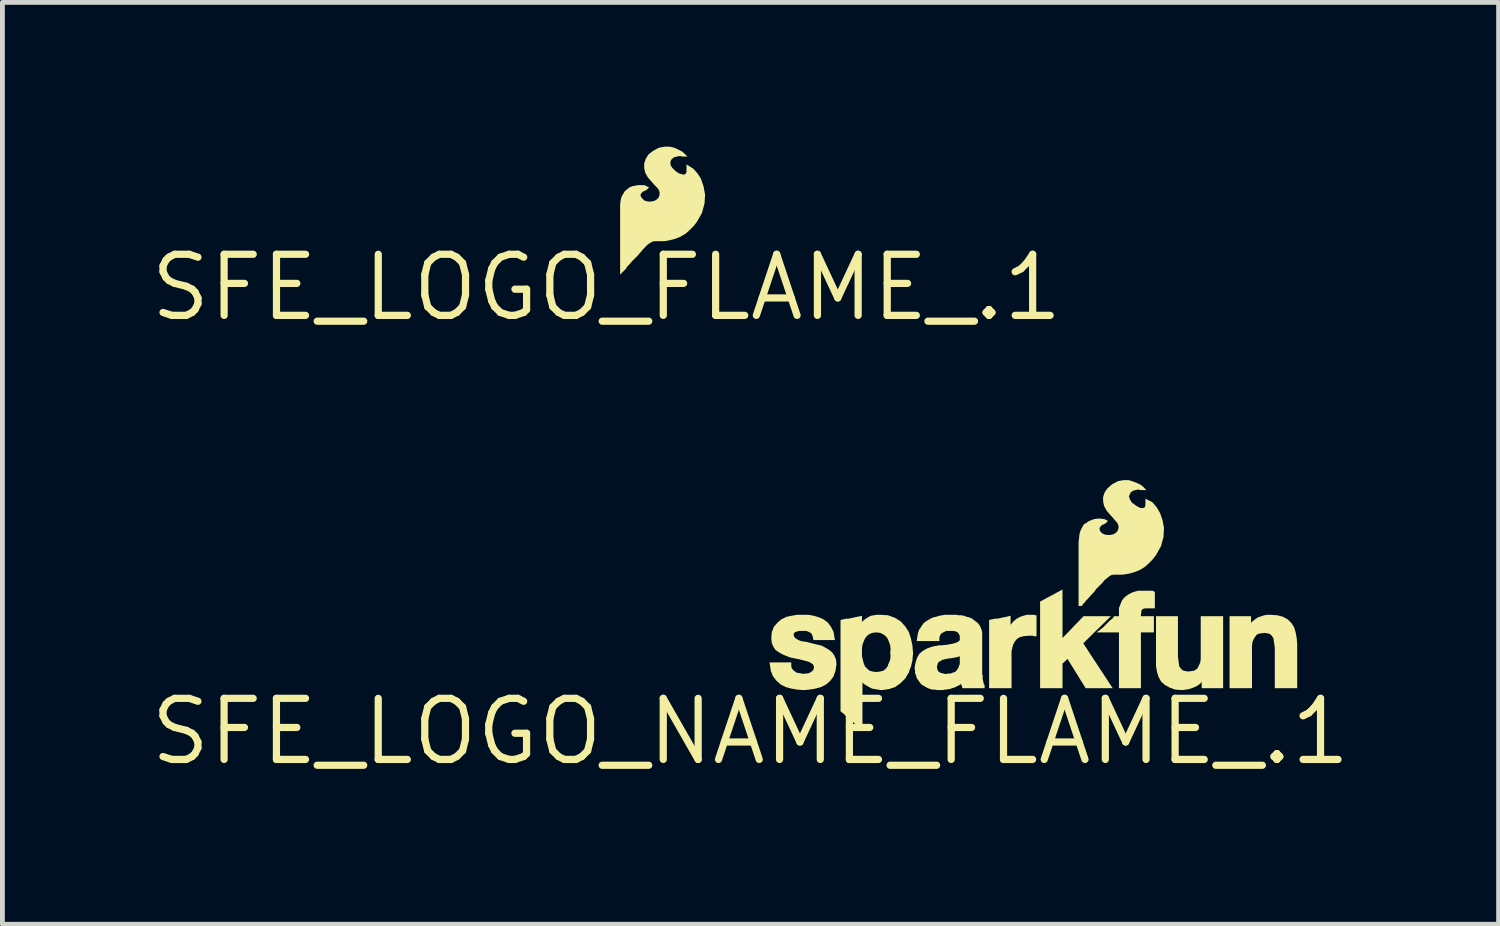
<source format=kicad_pcb>
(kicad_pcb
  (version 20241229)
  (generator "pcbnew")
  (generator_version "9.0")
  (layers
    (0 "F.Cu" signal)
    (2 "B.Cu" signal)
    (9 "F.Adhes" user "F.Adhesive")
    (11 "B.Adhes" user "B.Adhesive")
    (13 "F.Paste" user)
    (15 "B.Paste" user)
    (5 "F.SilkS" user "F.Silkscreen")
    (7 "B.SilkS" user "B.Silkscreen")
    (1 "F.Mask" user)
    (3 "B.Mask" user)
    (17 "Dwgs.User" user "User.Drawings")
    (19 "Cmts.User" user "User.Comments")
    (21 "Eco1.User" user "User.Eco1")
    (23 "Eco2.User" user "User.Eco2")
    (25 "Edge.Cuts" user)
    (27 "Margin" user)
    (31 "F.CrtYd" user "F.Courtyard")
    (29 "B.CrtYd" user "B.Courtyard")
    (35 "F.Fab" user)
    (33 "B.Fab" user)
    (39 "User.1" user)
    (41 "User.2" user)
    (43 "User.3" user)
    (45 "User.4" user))
  (footprint "SFE_LOGO_NAME_FLAME_.1"
    (layer "F.Cu")
    (at 12.556 12.162)
    (property "Reference" "SFE_LOGO_NAME_FLAME_.1" (at 0 0 0) (unlocked yes) (layer "F.SilkS") (effects (font (size 1.27 1.27) (thickness 0.15))))
    (fp_poly (pts (xy 3.381 -1.667) (xy 3.368 -1.484) (xy 3.336 -1.348) (xy 3.27 -1.189) (xy 2.862 -1.38) (xy 2.903 -1.489) (xy 2.912 -1.562) (xy 2.912 -1.679)) (stroke (width 0) (type default)) (fill yes) (layer "F.SilkS"))
    (fp_poly (pts (xy 6.488 -1.945) (xy 6.924 -2.398) (xy 7.493 -2.398) (xy 6.919 -1.835) (xy 7.531 -0.902) (xy 6.969 -0.902) (xy 6.592 -1.51) (xy 6.488 -1.413) (xy 6.488 -0.902) (xy 6.022 -0.902) (xy 6.022 -2.703) (xy 6.488 -2.954)) (stroke (width 0) (type default)) (fill yes) (layer "F.SilkS"))
    (fp_poly (pts (xy 4.274 -1.56) (xy 4.219 -1.532) (xy 4.196 -1.532) (xy 4.166 -1.522) (xy 4.126 -1.522) (xy 4.096 -1.512) (xy 4.059 -1.512) (xy 4.039 -1.502) (xy 3.984 -1.502) (xy 3.877 -1.782) (xy 4.016 -1.798) (xy 4.105 -1.808) (xy 4.209 -1.823)) (stroke (width 0) (type default)) (fill yes) (layer "F.SilkS"))
    (fp_poly (pts (xy 5.916 -2.418) (xy 5.948 -2.418) (xy 5.948 -1.982) (xy 5.891 -1.982) (xy 5.871 -1.992) (xy 5.772 -1.992) (xy 5.677 -1.982) (xy 5.604 -1.964) (xy 5.545 -1.93) (xy 5.501 -1.878) (xy 5.465 -1.815) (xy 5.447 -1.751) (xy 5.428 -1.666) (xy 5.428 -0.902) (xy 4.962 -0.902) (xy 4.962 -2.321) (xy 5.042 -2.337) (xy 5.085 -2.348) (xy 5.136 -2.348) (xy 5.182 -2.357) (xy 5.222 -2.367) (xy 5.273 -2.377) (xy 5.322 -2.387) (xy 5.408 -2.409) (xy 5.408 -2.219) (xy 5.42 -2.234) (xy 5.473 -2.297) (xy 5.529 -2.342) (xy 5.604 -2.385) (xy 5.669 -2.406) (xy 5.745 -2.428) (xy 5.906 -2.428)) (stroke (width 0) (type default)) (fill yes) (layer "F.SilkS"))
    (fp_poly (pts (xy 8.408 -2.904) (xy 8.408 -2.562) (xy 8.205 -2.562) (xy 8.173 -2.554) (xy 8.157 -2.546) (xy 8.146 -2.54) (xy 8.133 -2.521) (xy 8.128 -2.511) (xy 8.128 -2.475) (xy 8.118 -2.435) (xy 8.118 -2.398) (xy 8.388 -2.398) (xy 8.388 -2.062) (xy 8.118 -2.062) (xy 8.118 -0.902) (xy 7.662 -0.902) (xy 7.662 -2.062) (xy 7.196 -2.062) (xy 7.325 -2.159) (xy 7.453 -2.287) (xy 7.485 -2.319) (xy 7.523 -2.347) (xy 7.561 -2.398) (xy 7.662 -2.398) (xy 7.662 -2.567) (xy 7.695 -2.654) (xy 7.727 -2.73) (xy 7.784 -2.798) (xy 7.86 -2.853) (xy 7.946 -2.896) (xy 8.054 -2.928) (xy 8.359 -2.928)) (stroke (width 0) (type default)) (fill yes) (layer "F.SilkS"))
    (fp_poly (pts (xy 8.888 -1.562) (xy 8.908 -1.406) (xy 8.916 -1.355) (xy 8.94 -1.323) (xy 8.966 -1.289) (xy 9.004 -1.266) (xy 9.047 -1.257) (xy 9.101 -1.248) (xy 9.174 -1.258) (xy 9.227 -1.266) (xy 9.266 -1.29) (xy 9.299 -1.323) (xy 9.325 -1.376) (xy 9.353 -1.44) (xy 9.362 -1.512) (xy 9.362 -2.398) (xy 9.828 -2.398) (xy 9.828 -0.902) (xy 9.382 -0.902) (xy 9.382 -1.034) (xy 9.357 -1.003) (xy 9.301 -0.958) (xy 9.236 -0.925) (xy 9.183 -0.904) (xy 9.119 -0.883) (xy 9.046 -0.872) (xy 8.982 -0.862) (xy 8.832 -0.872) (xy 8.714 -0.915) (xy 8.618 -0.969) (xy 8.54 -1.036) (xy 8.485 -1.135) (xy 8.453 -1.241) (xy 8.432 -1.357) (xy 8.432 -2.398) (xy 8.888 -2.398)) (stroke (width 0) (type default)) (fill yes) (layer "F.SilkS"))
    (fp_poly (pts (xy 10.956 -2.418) (xy 11.074 -2.386) (xy 11.173 -2.331) (xy 11.25 -2.254) (xy 11.305 -2.166) (xy 11.337 -2.059) (xy 11.358 -1.945) (xy 11.368 -1.811) (xy 11.368 -0.902) (xy 10.902 -0.902) (xy 10.902 -1.738) (xy 10.892 -1.815) (xy 10.882 -1.884) (xy 10.874 -1.937) (xy 10.848 -1.979) (xy 10.824 -2.011) (xy 10.786 -2.034) (xy 10.743 -2.043) (xy 10.689 -2.052) (xy 10.616 -2.042) (xy 10.563 -2.034) (xy 10.525 -2.011) (xy 10.491 -1.968) (xy 10.464 -1.923) (xy 10.437 -1.86) (xy 10.428 -1.778) (xy 10.428 -0.902) (xy 9.962 -0.902) (xy 9.962 -2.398) (xy 10.408 -2.398) (xy 10.408 -2.262) (xy 10.435 -2.288) (xy 10.487 -2.331) (xy 10.553 -2.375) (xy 10.618 -2.396) (xy 10.681 -2.417) (xy 10.747 -2.428) (xy 10.811 -2.428)) (stroke (width 0) (type default)) (fill yes) (layer "F.SilkS"))
    (fp_poly (pts (xy 2.858 -2.418) (xy 3.007 -2.364) (xy 3.125 -2.289) (xy 3.22 -2.183) (xy 3.295 -2.066) (xy 3.337 -1.93) (xy 3.368 -1.785) (xy 3.381 -1.591) (xy 2.912 -1.603) (xy 2.912 -1.728) (xy 2.903 -1.801) (xy 2.875 -1.876) (xy 2.847 -1.94) (xy 2.804 -1.991) (xy 2.752 -2.026) (xy 2.69 -2.053) (xy 2.61 -2.062) (xy 2.539 -2.053) (xy 2.469 -2.026) (xy 2.427 -1.993) (xy 2.383 -1.94) (xy 2.355 -1.876) (xy 2.327 -1.801) (xy 2.318 -1.728) (xy 2.318 -1.565) (xy 2.356 -1.412) (xy 2.382 -1.352) (xy 2.426 -1.308) (xy 2.478 -1.264) (xy 2.537 -1.248) (xy 2.62 -1.238) (xy 2.693 -1.248) (xy 2.762 -1.265) (xy 2.813 -1.307) (xy 2.847 -1.35) (xy 2.891 -1.451) (xy 3.303 -1.257) (xy 3.221 -1.107) (xy 3.125 -1.011) (xy 3.008 -0.926) (xy 2.879 -0.883) (xy 2.719 -0.861) (xy 2.654 -0.872) (xy 2.594 -0.882) (xy 2.528 -0.893) (xy 2.462 -0.927) (xy 2.41 -0.957) (xy 2.355 -0.991) (xy 2.328 -1.024) (xy 2.328 -0.008) (xy 2.175 -0.162) (xy 2.076 -0.24) (xy 2.025 -0.282) (xy 1.973 -0.333) (xy 1.935 -0.372) (xy 1.872 -0.422) (xy 1.872 -2.32) (xy 1.942 -2.337) (xy 1.996 -2.348) (xy 2.045 -2.348) (xy 2.082 -2.357) (xy 2.132 -2.367) (xy 2.172 -2.377) (xy 2.223 -2.387) (xy 2.318 -2.406) (xy 2.318 -2.282) (xy 2.335 -2.298) (xy 2.388 -2.341) (xy 2.44 -2.373) (xy 2.497 -2.406) (xy 2.564 -2.418) (xy 2.627 -2.428) (xy 2.701 -2.428)) (stroke (width 0) (type default)) (fill yes) (layer "F.SilkS"))
    (fp_poly (pts (xy 1.319 -2.407) (xy 1.423 -2.376) (xy 1.519 -2.333) (xy 1.607 -2.267) (xy 1.673 -2.18) (xy 1.727 -2.072) (xy 1.755 -1.902) (xy 1.309 -1.902) (xy 1.293 -1.979) (xy 1.276 -2.022) (xy 1.263 -2.043) (xy 1.241 -2.057) (xy 1.204 -2.075) (xy 1.163 -2.092) (xy 1.006 -2.092) (xy 0.981 -2.083) (xy 0.941 -2.073) (xy 0.924 -2.068) (xy 0.912 -2.049) (xy 0.898 -2.028) (xy 0.898 -2.005) (xy 0.905 -1.977) (xy 0.927 -1.947) (xy 0.96 -1.923) (xy 1.015 -1.895) (xy 1.068 -1.877) (xy 1.147 -1.868) (xy 1.309 -1.827) (xy 1.389 -1.807) (xy 1.484 -1.786) (xy 1.559 -1.743) (xy 1.632 -1.701) (xy 1.699 -1.646) (xy 1.744 -1.578) (xy 1.777 -1.5) (xy 1.788 -1.399) (xy 1.767 -1.261) (xy 1.724 -1.142) (xy 1.658 -1.054) (xy 1.571 -0.978) (xy 1.464 -0.924) (xy 1.348 -0.893) (xy 1.225 -0.872) (xy 1.1 -0.862) (xy 0.975 -0.872) (xy 0.852 -0.893) (xy 0.736 -0.924) (xy 0.629 -0.978) (xy 0.542 -1.054) (xy 0.467 -1.151) (xy 0.423 -1.26) (xy 0.396 -1.438) (xy 0.848 -1.438) (xy 0.848 -1.347) (xy 0.864 -1.309) (xy 0.887 -1.277) (xy 0.923 -1.25) (xy 0.955 -1.226) (xy 1.007 -1.217) (xy 1.057 -1.207) (xy 1.108 -1.199) (xy 1.145 -1.208) (xy 1.185 -1.208) (xy 1.217 -1.216) (xy 1.25 -1.233) (xy 1.285 -1.259) (xy 1.306 -1.279) (xy 1.313 -1.309) (xy 1.321 -1.34) (xy 1.314 -1.367) (xy 1.3 -1.395) (xy 1.269 -1.418) (xy 1.224 -1.445) (xy 1.169 -1.463) (xy 1.091 -1.483) (xy 1.012 -1.503) (xy 0.912 -1.523) (xy 0.819 -1.543) (xy 0.736 -1.575) (xy 0.663 -1.606) (xy 0.59 -1.648) (xy 0.523 -1.693) (xy 0.476 -1.762) (xy 0.443 -1.84) (xy 0.432 -1.939) (xy 0.443 -2.069) (xy 0.487 -2.18) (xy 0.563 -2.267) (xy 0.639 -2.332) (xy 0.748 -2.386) (xy 0.853 -2.407) (xy 0.967 -2.428) (xy 1.203 -2.428)) (stroke (width 0) (type default)) (fill yes) (layer "F.SilkS"))
    (fp_poly (pts (xy 7.963 -5.196) (xy 8.045 -5.165) (xy 8.11 -5.133) (xy 8.155 -5.099) (xy 8.232 -5.022) (xy 8.104 -5.022) (xy 8.074 -5.032) (xy 8.055 -5.032) (xy 8.018 -5.023) (xy 7.972 -5.014) (xy 7.94 -4.997) (xy 7.908 -4.973) (xy 7.895 -4.953) (xy 7.885 -4.925) (xy 7.875 -4.905) (xy 7.87 -4.89) (xy 7.877 -4.871) (xy 7.885 -4.836) (xy 7.903 -4.809) (xy 7.921 -4.773) (xy 7.944 -4.75) (xy 7.972 -4.731) (xy 8.012 -4.701) (xy 8.039 -4.683) (xy 8.109 -4.648) (xy 8.164 -4.648) (xy 8.183 -4.655) (xy 8.198 -4.664) (xy 8.204 -4.682) (xy 8.212 -4.706) (xy 8.212 -4.842) (xy 8.354 -4.771) (xy 8.441 -4.672) (xy 8.515 -4.546) (xy 8.567 -4.4) (xy 8.598 -4.232) (xy 8.588 -4.044) (xy 8.536 -3.855) (xy 8.432 -3.669) (xy 8.359 -3.575) (xy 8.276 -3.492) (xy 8.193 -3.419) (xy 8.087 -3.356) (xy 7.982 -3.314) (xy 7.868 -3.283) (xy 7.743 -3.262) (xy 7.553 -3.262) (xy 7.503 -3.254) (xy 7.462 -3.229) (xy 7.414 -3.19) (xy 7.367 -3.153) (xy 7.318 -3.094) (xy 7.189 -2.965) (xy 7.139 -2.895) (xy 7.078 -2.834) (xy 7.028 -2.774) (xy 6.979 -2.725) (xy 6.949 -2.685) (xy 6.92 -2.656) (xy 6.89 -2.612) (xy 6.822 -2.612) (xy 6.822 -3.932) (xy 6.832 -4.024) (xy 6.843 -4.118) (xy 6.865 -4.185) (xy 6.897 -4.248) (xy 6.932 -4.308) (xy 6.989 -4.342) (xy 7.031 -4.374) (xy 7.086 -4.395) (xy 7.14 -4.417) (xy 7.207 -4.428) (xy 7.295 -4.428) (xy 7.335 -4.418) (xy 7.359 -4.418) (xy 7.434 -4.38) (xy 7.383 -4.329) (xy 7.335 -4.305) (xy 7.311 -4.297) (xy 7.28 -4.266) (xy 7.265 -4.243) (xy 7.258 -4.224) (xy 7.258 -4.206) (xy 7.265 -4.185) (xy 7.281 -4.153) (xy 7.304 -4.13) (xy 7.328 -4.114) (xy 7.371 -4.097) (xy 7.414 -4.088) (xy 7.485 -4.088) (xy 7.554 -4.105) (xy 7.604 -4.138) (xy 7.636 -4.178) (xy 7.652 -4.226) (xy 7.652 -4.282) (xy 7.627 -4.339) (xy 7.561 -4.415) (xy 7.481 -4.505) (xy 7.409 -4.588) (xy 7.354 -4.686) (xy 7.332 -4.786) (xy 7.332 -4.876) (xy 7.366 -4.977) (xy 7.421 -5.056) (xy 7.518 -5.141) (xy 7.637 -5.206) (xy 7.757 -5.228) (xy 7.866 -5.228)) (stroke (width 0) (type default)) (fill yes) (layer "F.SilkS"))
    (fp_poly (pts (xy 4.324 -2.418) (xy 4.384 -2.418) (xy 4.441 -2.407) (xy 4.491 -2.387) (xy 4.541 -2.377) (xy 4.599 -2.354) (xy 4.643 -2.32) (xy 4.683 -2.29) (xy 4.727 -2.257) (xy 4.763 -2.21) (xy 4.785 -2.166) (xy 4.807 -2.111) (xy 4.818 -2.054) (xy 4.818 -1.189) (xy 4.828 -1.169) (xy 4.828 -1.079) (xy 4.838 -1.059) (xy 4.838 -1.039) (xy 4.848 -1.019) (xy 4.848 -0.989) (xy 4.851 -0.983) (xy 4.868 -0.966) (xy 4.868 -0.902) (xy 4.402 -0.902) (xy 4.402 -0.934) (xy 4.392 -0.944) (xy 4.392 -0.954) (xy 4.382 -0.964) (xy 4.382 -0.994) (xy 4.38 -0.996) (xy 4.364 -0.98) (xy 4.327 -0.955) (xy 4.297 -0.945) (xy 4.267 -0.925) (xy 4.232 -0.914) (xy 4.136 -0.882) (xy 4.106 -0.882) (xy 4.076 -0.872) (xy 4.036 -0.872) (xy 4.006 -0.862) (xy 3.886 -0.862) (xy 3.836 -0.872) (xy 3.785 -0.872) (xy 3.738 -0.884) (xy 3.684 -0.905) (xy 3.641 -0.927) (xy 3.611 -0.947) (xy 3.567 -0.969) (xy 3.53 -1.006) (xy 3.509 -1.038) (xy 3.479 -1.078) (xy 3.454 -1.115) (xy 3.444 -1.168) (xy 3.422 -1.211) (xy 3.422 -1.266) (xy 3.411 -1.32) (xy 3.433 -1.439) (xy 3.465 -1.536) (xy 3.51 -1.615) (xy 3.588 -1.681) (xy 3.664 -1.725) (xy 3.749 -1.756) (xy 3.833 -1.778) (xy 3.955 -1.791) (xy 4.06 -1.516) (xy 3.995 -1.495) (xy 3.983 -1.489) (xy 3.973 -1.479) (xy 3.933 -1.459) (xy 3.923 -1.449) (xy 3.908 -1.442) (xy 3.888 -1.401) (xy 3.888 -1.381) (xy 3.878 -1.361) (xy 3.878 -1.326) (xy 3.888 -1.296) (xy 3.888 -1.279) (xy 3.891 -1.273) (xy 3.901 -1.263) (xy 3.908 -1.248) (xy 3.923 -1.241) (xy 3.933 -1.231) (xy 3.959 -1.218) (xy 3.979 -1.218) (xy 3.999 -1.208) (xy 4.019 -1.208) (xy 4.039 -1.198) (xy 4.076 -1.198) (xy 4.126 -1.208) (xy 4.171 -1.208) (xy 4.207 -1.226) (xy 4.244 -1.235) (xy 4.266 -1.25) (xy 4.28 -1.264) (xy 4.3 -1.294) (xy 4.317 -1.311) (xy 4.324 -1.332) (xy 4.335 -1.365) (xy 4.345 -1.385) (xy 4.352 -1.406) (xy 4.352 -1.568) (xy 4.347 -1.566) (xy 4.319 -1.552) (xy 4.299 -1.552) (xy 4.279 -1.542) (xy 4.2 -1.542) (xy 4.134 -1.807) (xy 4.239 -1.836) (xy 4.294 -1.855) (xy 4.334 -1.879) (xy 4.352 -1.903) (xy 4.352 -1.991) (xy 4.329 -2.037) (xy 4.319 -2.047) (xy 4.312 -2.062) (xy 4.303 -2.066) (xy 4.271 -2.082) (xy 4.251 -2.082) (xy 4.231 -2.092) (xy 4.069 -2.092) (xy 3.983 -2.049) (xy 3.951 -2.017) (xy 3.945 -2.005) (xy 3.935 -1.975) (xy 3.928 -1.961) (xy 3.928 -1.882) (xy 3.455 -1.882) (xy 3.472 -1.986) (xy 3.483 -2.049) (xy 3.506 -2.118) (xy 3.538 -2.161) (xy 3.568 -2.211) (xy 3.603 -2.257) (xy 3.649 -2.292) (xy 3.7 -2.323) (xy 3.753 -2.354) (xy 3.809 -2.377) (xy 3.86 -2.387) (xy 3.921 -2.407) (xy 3.983 -2.417) (xy 4.036 -2.428) (xy 4.274 -2.428)) (stroke (width 0) (type default)) (fill yes) (layer "F.SilkS")))
  (footprint "SFE_LOGO_FLAME_.1"
    (layer "F.Cu")
    (at 9.563 2.928)
    (property "Reference" "SFE_LOGO_FLAME_.1" (at 0 0 0) (unlocked yes) (layer "F.SilkS") (effects (font (size 1.27 1.27) (thickness 0.15))))
    (fp_poly (pts (xy 1.413 -2.906) (xy 1.56 -2.833) (xy 1.605 -2.799) (xy 1.682 -2.722) (xy 1.571 -2.722) (xy 1.551 -2.732) (xy 1.505 -2.732) (xy 1.468 -2.723) (xy 1.422 -2.714) (xy 1.39 -2.697) (xy 1.358 -2.673) (xy 1.343 -2.651) (xy 1.335 -2.635) (xy 1.328 -2.614) (xy 1.328 -2.565) (xy 1.335 -2.536) (xy 1.37 -2.484) (xy 1.425 -2.429) (xy 1.462 -2.401) (xy 1.489 -2.383) (xy 1.523 -2.366) (xy 1.595 -2.348) (xy 1.614 -2.348) (xy 1.629 -2.353) (xy 1.649 -2.373) (xy 1.655 -2.385) (xy 1.662 -2.406) (xy 1.662 -2.559) (xy 1.805 -2.469) (xy 1.891 -2.373) (xy 1.965 -2.256) (xy 2.017 -2.1) (xy 2.048 -1.932) (xy 2.038 -1.754) (xy 1.986 -1.556) (xy 1.882 -1.369) (xy 1.809 -1.275) (xy 1.726 -1.192) (xy 1.643 -1.119) (xy 1.537 -1.056) (xy 1.432 -1.014) (xy 1.318 -0.983) (xy 1.193 -0.962) (xy 1.003 -0.962) (xy 0.953 -0.954) (xy 0.864 -0.9) (xy 0.768 -0.804) (xy 0.648 -0.664) (xy 0.528 -0.544) (xy 0.478 -0.484) (xy 0.43 -0.436) (xy 0.4 -0.386) (xy 0.282 -0.268) (xy 0.282 -1.732) (xy 0.293 -1.818) (xy 0.315 -1.895) (xy 0.381 -2.005) (xy 0.437 -2.05) (xy 0.481 -2.084) (xy 0.539 -2.107) (xy 0.593 -2.117) (xy 0.657 -2.128) (xy 0.789 -2.128) (xy 0.884 -2.08) (xy 0.833 -2.029) (xy 0.785 -2.005) (xy 0.761 -1.997) (xy 0.713 -1.949) (xy 0.708 -1.934) (xy 0.708 -1.906) (xy 0.715 -1.887) (xy 0.73 -1.864) (xy 0.781 -1.812) (xy 0.821 -1.797) (xy 0.864 -1.788) (xy 0.935 -1.788) (xy 1.004 -1.805) (xy 1.054 -1.838) (xy 1.086 -1.878) (xy 1.102 -1.926) (xy 1.102 -1.983) (xy 1.077 -2.049) (xy 1.012 -2.114) (xy 0.931 -2.205) (xy 0.859 -2.288) (xy 0.804 -2.386) (xy 0.782 -2.486) (xy 0.782 -2.576) (xy 0.815 -2.676) (xy 0.871 -2.766) (xy 0.969 -2.842) (xy 1.087 -2.906) (xy 1.207 -2.928) (xy 1.314 -2.928)) (stroke (width 0) (type default)) (fill yes) (layer "F.SilkS")))
  (gr_rect
    (start -3 -3)
    (end 28.112 16.169)
    (stroke (width 0.1) (type default))
    (fill no)
    (layer "Edge.Cuts")))
</source>
